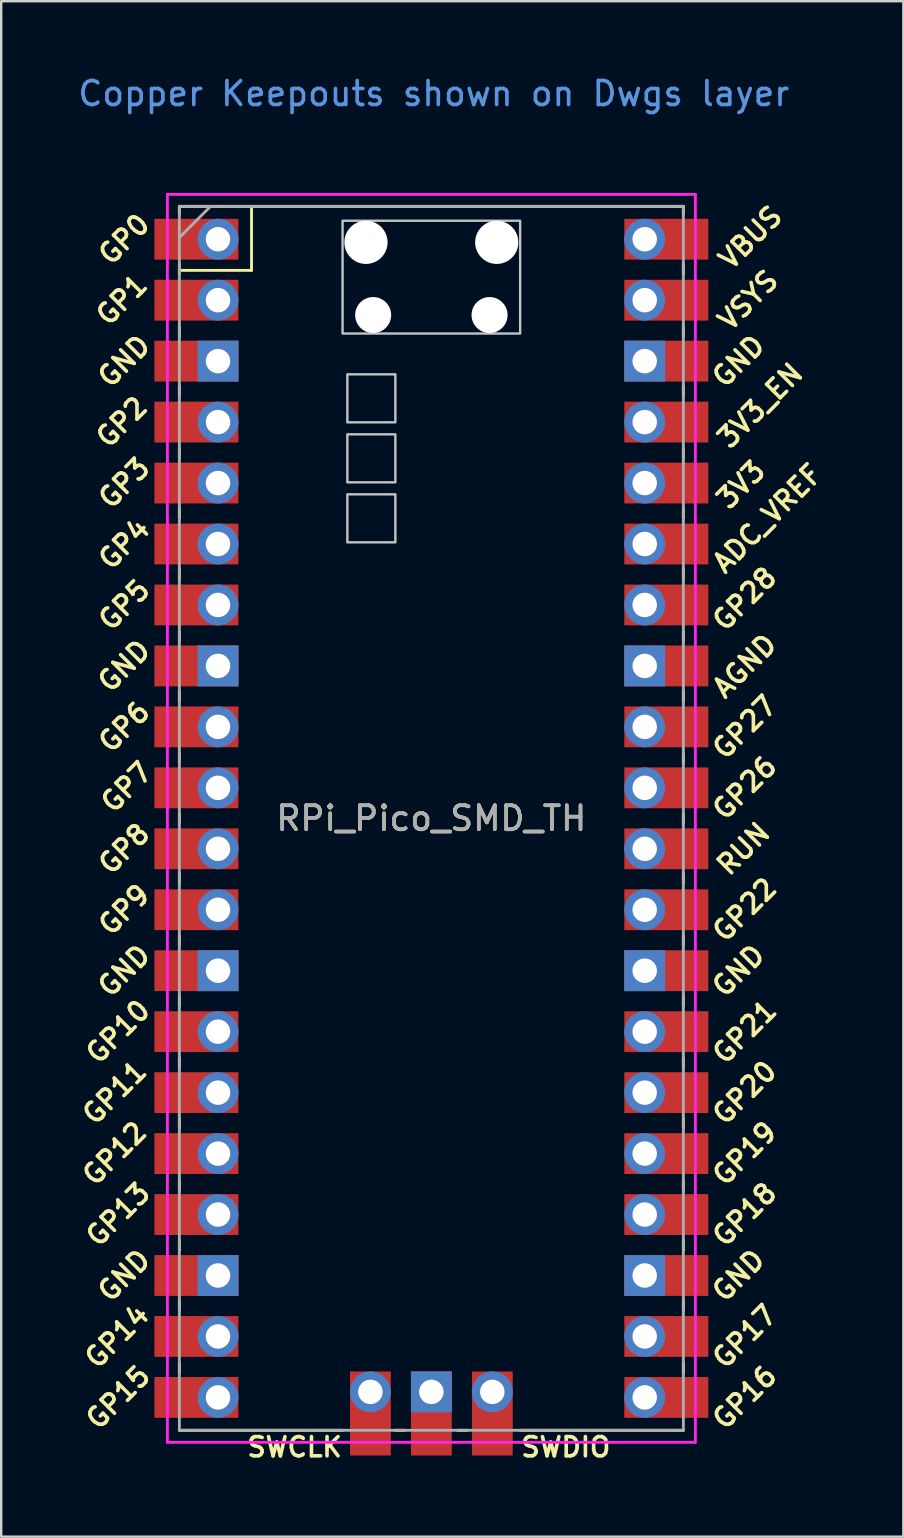
<source format=kicad_pcb>
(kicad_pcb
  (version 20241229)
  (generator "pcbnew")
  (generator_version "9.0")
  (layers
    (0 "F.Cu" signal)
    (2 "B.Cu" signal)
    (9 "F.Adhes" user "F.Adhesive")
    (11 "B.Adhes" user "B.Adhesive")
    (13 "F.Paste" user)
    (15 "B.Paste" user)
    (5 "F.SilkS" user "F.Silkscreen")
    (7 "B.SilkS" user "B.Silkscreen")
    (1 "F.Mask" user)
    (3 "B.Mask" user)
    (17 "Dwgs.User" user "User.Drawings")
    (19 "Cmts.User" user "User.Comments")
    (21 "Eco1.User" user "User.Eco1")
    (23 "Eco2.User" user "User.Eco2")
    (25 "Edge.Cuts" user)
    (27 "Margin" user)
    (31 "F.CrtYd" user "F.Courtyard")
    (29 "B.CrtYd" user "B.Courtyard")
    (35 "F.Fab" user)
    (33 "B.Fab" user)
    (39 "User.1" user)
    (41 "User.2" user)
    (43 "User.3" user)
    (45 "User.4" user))
  (footprint "RPi_Pico_SMD_TH"
    (layer "F.Cu")
    (at 14.924 31.048)
    (property "Reference" "RPi_Pico_SMD_TH" (at 0 0 0) (layer "F.SilkS") (effects (font (size 1 1) (thickness 0.15))))
    (attr through_hole)
    (fp_line (start -10.5 -25.5) (end -10.5 -25.2) (stroke (width 0.12) (type solid)) (layer "F.SilkS"))
    (fp_line (start -10.5 -25.5) (end 10.5 -25.5) (stroke (width 0.12) (type solid)) (layer "F.SilkS"))
    (fp_line (start -10.5 -23.1) (end -10.5 -22.7) (stroke (width 0.12) (type solid)) (layer "F.SilkS"))
    (fp_line (start -10.5 -22.833) (end -7.493 -22.833) (stroke (width 0.12) (type solid)) (layer "F.SilkS"))
    (fp_line (start -10.5 -20.5) (end -10.5 -20.1) (stroke (width 0.12) (type solid)) (layer "F.SilkS"))
    (fp_line (start -10.5 -18) (end -10.5 -17.6) (stroke (width 0.12) (type solid)) (layer "F.SilkS"))
    (fp_line (start -10.5 -15.4) (end -10.5 -15) (stroke (width 0.12) (type solid)) (layer "F.SilkS"))
    (fp_line (start -10.5 -12.9) (end -10.5 -12.5) (stroke (width 0.12) (type solid)) (layer "F.SilkS"))
    (fp_line (start -10.5 -10.4) (end -10.5 -10) (stroke (width 0.12) (type solid)) (layer "F.SilkS"))
    (fp_line (start -10.5 -7.8) (end -10.5 -7.4) (stroke (width 0.12) (type solid)) (layer "F.SilkS"))
    (fp_line (start -10.5 -5.3) (end -10.5 -4.9) (stroke (width 0.12) (type solid)) (layer "F.SilkS"))
    (fp_line (start -10.5 -2.7) (end -10.5 -2.3) (stroke (width 0.12) (type solid)) (layer "F.SilkS"))
    (fp_line (start -10.5 -0.2) (end -10.5 0.2) (stroke (width 0.12) (type solid)) (layer "F.SilkS"))
    (fp_line (start -10.5 2.3) (end -10.5 2.7) (stroke (width 0.12) (type solid)) (layer "F.SilkS"))
    (fp_line (start -10.5 4.9) (end -10.5 5.3) (stroke (width 0.12) (type solid)) (layer "F.SilkS"))
    (fp_line (start -10.5 7.4) (end -10.5 7.8) (stroke (width 0.12) (type solid)) (layer "F.SilkS"))
    (fp_line (start -10.5 10) (end -10.5 10.4) (stroke (width 0.12) (type solid)) (layer "F.SilkS"))
    (fp_line (start -10.5 12.5) (end -10.5 12.9) (stroke (width 0.12) (type solid)) (layer "F.SilkS"))
    (fp_line (start -10.5 15.1) (end -10.5 15.5) (stroke (width 0.12) (type solid)) (layer "F.SilkS"))
    (fp_line (start -10.5 17.6) (end -10.5 18) (stroke (width 0.12) (type solid)) (layer "F.SilkS"))
    (fp_line (start -10.5 20.1) (end -10.5 20.5) (stroke (width 0.12) (type solid)) (layer "F.SilkS"))
    (fp_line (start -10.5 22.7) (end -10.5 23.1) (stroke (width 0.12) (type solid)) (layer "F.SilkS"))
    (fp_line (start -7.493 -22.833) (end -7.493 -25.5) (stroke (width 0.12) (type solid)) (layer "F.SilkS"))
    (fp_line (start -3.7 25.5) (end -10.5 25.5) (stroke (width 0.12) (type solid)) (layer "F.SilkS"))
    (fp_line (start -1.5 25.5) (end -1.1 25.5) (stroke (width 0.12) (type solid)) (layer "F.SilkS"))
    (fp_line (start 1.1 25.5) (end 1.5 25.5) (stroke (width 0.12) (type solid)) (layer "F.SilkS"))
    (fp_line (start 10.5 -25.5) (end 10.5 -25.2) (stroke (width 0.12) (type solid)) (layer "F.SilkS"))
    (fp_line (start 10.5 -23.1) (end 10.5 -22.7) (stroke (width 0.12) (type solid)) (layer "F.SilkS"))
    (fp_line (start 10.5 -20.5) (end 10.5 -20.1) (stroke (width 0.12) (type solid)) (layer "F.SilkS"))
    (fp_line (start 10.5 -18) (end 10.5 -17.6) (stroke (width 0.12) (type solid)) (layer "F.SilkS"))
    (fp_line (start 10.5 -15.4) (end 10.5 -15) (stroke (width 0.12) (type solid)) (layer "F.SilkS"))
    (fp_line (start 10.5 -12.9) (end 10.5 -12.5) (stroke (width 0.12) (type solid)) (layer "F.SilkS"))
    (fp_line (start 10.5 -10.4) (end 10.5 -10) (stroke (width 0.12) (type solid)) (layer "F.SilkS"))
    (fp_line (start 10.5 -7.8) (end 10.5 -7.4) (stroke (width 0.12) (type solid)) (layer "F.SilkS"))
    (fp_line (start 10.5 -5.3) (end 10.5 -4.9) (stroke (width 0.12) (type solid)) (layer "F.SilkS"))
    (fp_line (start 10.5 -2.7) (end 10.5 -2.3) (stroke (width 0.12) (type solid)) (layer "F.SilkS"))
    (fp_line (start 10.5 -0.2) (end 10.5 0.2) (stroke (width 0.12) (type solid)) (layer "F.SilkS"))
    (fp_line (start 10.5 2.3) (end 10.5 2.7) (stroke (width 0.12) (type solid)) (layer "F.SilkS"))
    (fp_line (start 10.5 4.9) (end 10.5 5.3) (stroke (width 0.12) (type solid)) (layer "F.SilkS"))
    (fp_line (start 10.5 7.4) (end 10.5 7.8) (stroke (width 0.12) (type solid)) (layer "F.SilkS"))
    (fp_line (start 10.5 10) (end 10.5 10.4) (stroke (width 0.12) (type solid)) (layer "F.SilkS"))
    (fp_line (start 10.5 12.5) (end 10.5 12.9) (stroke (width 0.12) (type solid)) (layer "F.SilkS"))
    (fp_line (start 10.5 15.1) (end 10.5 15.5) (stroke (width 0.12) (type solid)) (layer "F.SilkS"))
    (fp_line (start 10.5 17.6) (end 10.5 18) (stroke (width 0.12) (type solid)) (layer "F.SilkS"))
    (fp_line (start 10.5 20.1) (end 10.5 20.5) (stroke (width 0.12) (type solid)) (layer "F.SilkS"))
    (fp_line (start 10.5 22.7) (end 10.5 23.1) (stroke (width 0.12) (type solid)) (layer "F.SilkS"))
    (fp_line (start 10.5 25.5) (end 3.7 25.5) (stroke (width 0.12) (type solid)) (layer "F.SilkS"))
    (fp_poly (pts (xy -1.5 -16.5) (xy -3.5 -16.5) (xy -3.5 -18.5) (xy -1.5 -18.5)) (stroke (width 0.1) (type solid)) (fill no) (layer "Dwgs.User"))
    (fp_poly (pts (xy -1.5 -14) (xy -3.5 -14) (xy -3.5 -16) (xy -1.5 -16)) (stroke (width 0.1) (type solid)) (fill no) (layer "Dwgs.User"))
    (fp_poly (pts (xy -1.5 -11.5) (xy -3.5 -11.5) (xy -3.5 -13.5) (xy -1.5 -13.5)) (stroke (width 0.1) (type solid)) (fill no) (layer "Dwgs.User"))
    (fp_poly (pts (xy 3.7 -20.2) (xy -3.7 -20.2) (xy -3.7 -24.9) (xy 3.7 -24.9)) (stroke (width 0.1) (type solid)) (fill no) (layer "Dwgs.User"))
    (fp_line (start -11 -26) (end 11 -26) (stroke (width 0.12) (type solid)) (layer "F.CrtYd"))
    (fp_line (start -11 26) (end -11 -26) (stroke (width 0.12) (type solid)) (layer "F.CrtYd"))
    (fp_line (start 11 -26) (end 11 26) (stroke (width 0.12) (type solid)) (layer "F.CrtYd"))
    (fp_line (start 11 26) (end -11 26) (stroke (width 0.12) (type solid)) (layer "F.CrtYd"))
    (fp_line (start -10.5 -25.5) (end 10.5 -25.5) (stroke (width 0.12) (type solid)) (layer "F.Fab"))
    (fp_line (start -10.5 -24.2) (end -9.2 -25.5) (stroke (width 0.12) (type solid)) (layer "F.Fab"))
    (fp_line (start -10.5 25.5) (end -10.5 -25.5) (stroke (width 0.12) (type solid)) (layer "F.Fab"))
    (fp_line (start 10.5 -25.5) (end 10.5 25.5) (stroke (width 0.12) (type solid)) (layer "F.Fab"))
    (fp_line (start 10.5 25.5) (end -10.5 25.5) (stroke (width 0.12) (type solid)) (layer "F.Fab"))
    (fp_text user "ADC_VREF" (at 14 -12.5 45) (layer "F.SilkS") (effects (font (size 0.8 0.8) (thickness 0.15))))
    (fp_text user "GP15" (at -13.054 24.13 45) (layer "F.SilkS") (effects (font (size 0.8 0.8) (thickness 0.15))))
    (fp_text user "GP21" (at 13.054 8.9 45) (layer "F.SilkS") (effects (font (size 0.8 0.8) (thickness 0.15))))
    (fp_text user "GP16" (at 13.054 24.13 45) (layer "F.SilkS") (effects (font (size 0.8 0.8) (thickness 0.15))))
    (fp_text user "GP11" (at -13.2 11.43 45) (layer "F.SilkS") (effects (font (size 0.8 0.8) (thickness 0.15))))
    (fp_text user "GND" (at -12.8 -19.05 45) (layer "F.SilkS") (effects (font (size 0.8 0.8) (thickness 0.15))))
    (fp_text user "GND" (at 12.8 6.35 45) (layer "F.SilkS") (effects (font (size 0.8 0.8) (thickness 0.15))))
    (fp_text user "GND" (at -12.8 -6.35 45) (layer "F.SilkS") (effects (font (size 0.8 0.8) (thickness 0.15))))
    (fp_text user "RUN" (at 13 1.27 45) (layer "F.SilkS") (effects (font (size 0.8 0.8) (thickness 0.15))))
    (fp_text user "GP22" (at 13.054 3.81 45) (layer "F.SilkS") (effects (font (size 0.8 0.8) (thickness 0.15))))
    (fp_text user "SWDIO" (at 5.6 26.2 0) (layer "F.SilkS") (effects (font (size 0.8 0.8) (thickness 0.15))))
    (fp_text user "VBUS" (at 13.3 -24.2 45) (layer "F.SilkS") (effects (font (size 0.8 0.8) (thickness 0.15))))
    (fp_text user "GP28" (at 13.054 -9.144 45) (layer "F.SilkS") (effects (font (size 0.8 0.8) (thickness 0.15))))
    (fp_text user "GND" (at -12.8 6.35 45) (layer "F.SilkS") (effects (font (size 0.8 0.8) (thickness 0.15))))
    (fp_text user "GP7" (at -12.7 -1.3 45) (layer "F.SilkS") (effects (font (size 0.8 0.8) (thickness 0.15))))
    (fp_text user "GP3" (at -12.8 -13.97 45) (layer "F.SilkS") (effects (font (size 0.8 0.8) (thickness 0.15))))
    (fp_text user "GP8" (at -12.8 1.27 45) (layer "F.SilkS") (effects (font (size 0.8 0.8) (thickness 0.15))))
    (fp_text user "GP19" (at 13.054 13.97 45) (layer "F.SilkS") (effects (font (size 0.8 0.8) (thickness 0.15))))
    (fp_text user "GP20" (at 13.054 11.43 45) (layer "F.SilkS") (effects (font (size 0.8 0.8) (thickness 0.15))))
    (fp_text user "GND" (at -12.8 19.05 45) (layer "F.SilkS") (effects (font (size 0.8 0.8) (thickness 0.15))))
    (fp_text user "GP18" (at 13.054 16.51 45) (layer "F.SilkS") (effects (font (size 0.8 0.8) (thickness 0.15))))
    (fp_text user "GP9" (at -12.8 3.81 45) (layer "F.SilkS") (effects (font (size 0.8 0.8) (thickness 0.15))))
    (fp_text user "GP27" (at 13.054 -3.8 45) (layer "F.SilkS") (effects (font (size 0.8 0.8) (thickness 0.15))))
    (fp_text user "GP4" (at -12.8 -11.43 45) (layer "F.SilkS") (effects (font (size 0.8 0.8) (thickness 0.15))))
    (fp_text user "3V3" (at 12.9 -13.9 45) (layer "F.SilkS") (effects (font (size 0.8 0.8) (thickness 0.15))))
    (fp_text user "GP1" (at -12.9 -21.6 45) (layer "F.SilkS") (effects (font (size 0.8 0.8) (thickness 0.15))))
    (fp_text user "GP2" (at -12.9 -16.51 45) (layer "F.SilkS") (effects (font (size 0.8 0.8) (thickness 0.15))))
    (fp_text user "GP26" (at 13.054 -1.27 45) (layer "F.SilkS") (effects (font (size 0.8 0.8) (thickness 0.15))))
    (fp_text user "GP17" (at 13.054 21.59 45) (layer "F.SilkS") (effects (font (size 0.8 0.8) (thickness 0.15))))
    (fp_text user "GP12" (at -13.2 13.97 45) (layer "F.SilkS") (effects (font (size 0.8 0.8) (thickness 0.15))))
    (fp_text user "GP10" (at -13.054 8.89 45) (layer "F.SilkS") (effects (font (size 0.8 0.8) (thickness 0.15))))
    (fp_text user "GP14" (at -13.1 21.59 45) (layer "F.SilkS") (effects (font (size 0.8 0.8) (thickness 0.15))))
    (fp_text user "GP0" (at -12.8 -24.13 45) (layer "F.SilkS") (effects (font (size 0.8 0.8) (thickness 0.15))))
    (fp_text user "GP5" (at -12.8 -8.89 45) (layer "F.SilkS") (effects (font (size 0.8 0.8) (thickness 0.15))))
    (fp_text user "GP13" (at -13.054 16.51 45) (layer "F.SilkS") (effects (font (size 0.8 0.8) (thickness 0.15))))
    (fp_text user "GP6" (at -12.8 -3.81 45) (layer "F.SilkS") (effects (font (size 0.8 0.8) (thickness 0.15))))
    (fp_text user "3V3_EN" (at 13.7 -17.2 45) (layer "F.SilkS") (effects (font (size 0.8 0.8) (thickness 0.15))))
    (fp_text user "AGND" (at 13.054 -6.35 45) (layer "F.SilkS") (effects (font (size 0.8 0.8) (thickness 0.15))))
    (fp_text user "GND" (at 12.8 19.05 45) (layer "F.SilkS") (effects (font (size 0.8 0.8) (thickness 0.15))))
    (fp_text user "SWCLK" (at -5.7 26.2 0) (layer "F.SilkS") (effects (font (size 0.8 0.8) (thickness 0.15))))
    (fp_text user "VSYS" (at 13.2 -21.59 45) (layer "F.SilkS") (effects (font (size 0.8 0.8) (thickness 0.15))))
    (fp_text user "GND" (at 12.8 -19.05 45) (layer "F.SilkS") (effects (font (size 0.8 0.8) (thickness 0.15))))
    (fp_text user "Copper Keepouts shown on Dwgs layer" (at 0.1 -30.2 0) (layer "Cmts.User") (effects (font (size 1 1) (thickness 0.15))))
    (fp_text user "${REFERENCE}" (at 0 0 180) (layer "F.Fab") (effects (font (size 1 1) (thickness 0.15))))
    (pad "" np_thru_hole oval (at -2.725 -24) (size 1.8 1.8) (drill 1.8) (layers "*.Cu" "*.Mask"))
    (pad "" np_thru_hole oval (at -2.425 -20.97) (size 1.5 1.5) (drill 1.5) (layers "*.Cu" "*.Mask"))
    (pad "" np_thru_hole oval (at 2.425 -20.97) (size 1.5 1.5) (drill 1.5) (layers "*.Cu" "*.Mask"))
    (pad "" np_thru_hole oval (at 2.725 -24) (size 1.8 1.8) (drill 1.8) (layers "*.Cu" "*.Mask"))
    (pad "1" thru_hole oval (at -8.89 -24.13) (size 1.7 1.7) (drill 1.02) (layers "*.Cu" "*.Mask"))
    (pad "1" smd rect (at -8.89 -24.13) (size 3.5 1.7) (drill (offset -0.9 0)) (layers "F.Cu" "F.Mask"))
    (pad "2" thru_hole oval (at -8.89 -21.59) (size 1.7 1.7) (drill 1.02) (layers "*.Cu" "*.Mask"))
    (pad "2" smd rect (at -8.89 -21.59) (size 3.5 1.7) (drill (offset -0.9 0)) (layers "F.Cu" "F.Mask"))
    (pad "3" thru_hole rect (at -8.89 -19.05) (size 1.7 1.7) (drill 1.02) (layers "*.Cu" "*.Mask"))
    (pad "3" smd rect (at -8.89 -19.05) (size 3.5 1.7) (drill (offset -0.9 0)) (layers "F.Cu" "F.Mask"))
    (pad "4" thru_hole oval (at -8.89 -16.51) (size 1.7 1.7) (drill 1.02) (layers "*.Cu" "*.Mask"))
    (pad "4" smd rect (at -8.89 -16.51) (size 3.5 1.7) (drill (offset -0.9 0)) (layers "F.Cu" "F.Mask"))
    (pad "5" thru_hole oval (at -8.89 -13.97) (size 1.7 1.7) (drill 1.02) (layers "*.Cu" "*.Mask"))
    (pad "5" smd rect (at -8.89 -13.97) (size 3.5 1.7) (drill (offset -0.9 0)) (layers "F.Cu" "F.Mask"))
    (pad "6" thru_hole oval (at -8.89 -11.43) (size 1.7 1.7) (drill 1.02) (layers "*.Cu" "*.Mask"))
    (pad "6" smd rect (at -8.89 -11.43) (size 3.5 1.7) (drill (offset -0.9 0)) (layers "F.Cu" "F.Mask"))
    (pad "7" thru_hole oval (at -8.89 -8.89) (size 1.7 1.7) (drill 1.02) (layers "*.Cu" "*.Mask"))
    (pad "7" smd rect (at -8.89 -8.89) (size 3.5 1.7) (drill (offset -0.9 0)) (layers "F.Cu" "F.Mask"))
    (pad "8" thru_hole rect (at -8.89 -6.35) (size 1.7 1.7) (drill 1.02) (layers "*.Cu" "*.Mask"))
    (pad "8" smd rect (at -8.89 -6.35) (size 3.5 1.7) (drill (offset -0.9 0)) (layers "F.Cu" "F.Mask"))
    (pad "9" thru_hole oval (at -8.89 -3.81) (size 1.7 1.7) (drill 1.02) (layers "*.Cu" "*.Mask"))
    (pad "9" smd rect (at -8.89 -3.81) (size 3.5 1.7) (drill (offset -0.9 0)) (layers "F.Cu" "F.Mask"))
    (pad "10" thru_hole oval (at -8.89 -1.27) (size 1.7 1.7) (drill 1.02) (layers "*.Cu" "*.Mask"))
    (pad "10" smd rect (at -8.89 -1.27) (size 3.5 1.7) (drill (offset -0.9 0)) (layers "F.Cu" "F.Mask"))
    (pad "11" thru_hole oval (at -8.89 1.27) (size 1.7 1.7) (drill 1.02) (layers "*.Cu" "*.Mask"))
    (pad "11" smd rect (at -8.89 1.27) (size 3.5 1.7) (drill (offset -0.9 0)) (layers "F.Cu" "F.Mask"))
    (pad "12" thru_hole oval (at -8.89 3.81) (size 1.7 1.7) (drill 1.02) (layers "*.Cu" "*.Mask"))
    (pad "12" smd rect (at -8.89 3.81) (size 3.5 1.7) (drill (offset -0.9 0)) (layers "F.Cu" "F.Mask"))
    (pad "13" thru_hole rect (at -8.89 6.35) (size 1.7 1.7) (drill 1.02) (layers "*.Cu" "*.Mask"))
    (pad "13" smd rect (at -8.89 6.35) (size 3.5 1.7) (drill (offset -0.9 0)) (layers "F.Cu" "F.Mask"))
    (pad "14" thru_hole oval (at -8.89 8.89) (size 1.7 1.7) (drill 1.02) (layers "*.Cu" "*.Mask"))
    (pad "14" smd rect (at -8.89 8.89) (size 3.5 1.7) (drill (offset -0.9 0)) (layers "F.Cu" "F.Mask"))
    (pad "15" thru_hole oval (at -8.89 11.43) (size 1.7 1.7) (drill 1.02) (layers "*.Cu" "*.Mask"))
    (pad "15" smd rect (at -8.89 11.43) (size 3.5 1.7) (drill (offset -0.9 0)) (layers "F.Cu" "F.Mask"))
    (pad "16" thru_hole oval (at -8.89 13.97) (size 1.7 1.7) (drill 1.02) (layers "*.Cu" "*.Mask"))
    (pad "16" smd rect (at -8.89 13.97) (size 3.5 1.7) (drill (offset -0.9 0)) (layers "F.Cu" "F.Mask"))
    (pad "17" thru_hole oval (at -8.89 16.51) (size 1.7 1.7) (drill 1.02) (layers "*.Cu" "*.Mask"))
    (pad "17" smd rect (at -8.89 16.51) (size 3.5 1.7) (drill (offset -0.9 0)) (layers "F.Cu" "F.Mask"))
    (pad "18" thru_hole rect (at -8.89 19.05) (size 1.7 1.7) (drill 1.02) (layers "*.Cu" "*.Mask"))
    (pad "18" smd rect (at -8.89 19.05) (size 3.5 1.7) (drill (offset -0.9 0)) (layers "F.Cu" "F.Mask"))
    (pad "19" thru_hole oval (at -8.89 21.59) (size 1.7 1.7) (drill 1.02) (layers "*.Cu" "*.Mask"))
    (pad "19" smd rect (at -8.89 21.59) (size 3.5 1.7) (drill (offset -0.9 0)) (layers "F.Cu" "F.Mask"))
    (pad "20" thru_hole oval (at -8.89 24.13) (size 1.7 1.7) (drill 1.02) (layers "*.Cu" "*.Mask"))
    (pad "20" smd rect (at -8.89 24.13) (size 3.5 1.7) (drill (offset -0.9 0)) (layers "F.Cu" "F.Mask"))
    (pad "21" thru_hole oval (at 8.89 24.13) (size 1.7 1.7) (drill 1.02) (layers "*.Cu" "*.Mask"))
    (pad "21" smd rect (at 8.89 24.13) (size 3.5 1.7) (drill (offset 0.9 0)) (layers "F.Cu" "F.Mask"))
    (pad "22" thru_hole oval (at 8.89 21.59) (size 1.7 1.7) (drill 1.02) (layers "*.Cu" "*.Mask"))
    (pad "22" smd rect (at 8.89 21.59) (size 3.5 1.7) (drill (offset 0.9 0)) (layers "F.Cu" "F.Mask"))
    (pad "23" thru_hole rect (at 8.89 19.05) (size 1.7 1.7) (drill 1.02) (layers "*.Cu" "*.Mask"))
    (pad "23" smd rect (at 8.89 19.05) (size 3.5 1.7) (drill (offset 0.9 0)) (layers "F.Cu" "F.Mask"))
    (pad "24" thru_hole oval (at 8.89 16.51) (size 1.7 1.7) (drill 1.02) (layers "*.Cu" "*.Mask"))
    (pad "24" smd rect (at 8.89 16.51) (size 3.5 1.7) (drill (offset 0.9 0)) (layers "F.Cu" "F.Mask"))
    (pad "25" thru_hole oval (at 8.89 13.97) (size 1.7 1.7) (drill 1.02) (layers "*.Cu" "*.Mask"))
    (pad "25" smd rect (at 8.89 13.97) (size 3.5 1.7) (drill (offset 0.9 0)) (layers "F.Cu" "F.Mask"))
    (pad "26" thru_hole oval (at 8.89 11.43) (size 1.7 1.7) (drill 1.02) (layers "*.Cu" "*.Mask"))
    (pad "26" smd rect (at 8.89 11.43) (size 3.5 1.7) (drill (offset 0.9 0)) (layers "F.Cu" "F.Mask"))
    (pad "27" thru_hole oval (at 8.89 8.89) (size 1.7 1.7) (drill 1.02) (layers "*.Cu" "*.Mask"))
    (pad "27" smd rect (at 8.89 8.89) (size 3.5 1.7) (drill (offset 0.9 0)) (layers "F.Cu" "F.Mask"))
    (pad "28" thru_hole rect (at 8.89 6.35) (size 1.7 1.7) (drill 1.02) (layers "*.Cu" "*.Mask"))
    (pad "28" smd rect (at 8.89 6.35) (size 3.5 1.7) (drill (offset 0.9 0)) (layers "F.Cu" "F.Mask"))
    (pad "29" thru_hole oval (at 8.89 3.81) (size 1.7 1.7) (drill 1.02) (layers "*.Cu" "*.Mask"))
    (pad "29" smd rect (at 8.89 3.81) (size 3.5 1.7) (drill (offset 0.9 0)) (layers "F.Cu" "F.Mask"))
    (pad "30" thru_hole oval (at 8.89 1.27) (size 1.7 1.7) (drill 1.02) (layers "*.Cu" "*.Mask"))
    (pad "30" smd rect (at 8.89 1.27) (size 3.5 1.7) (drill (offset 0.9 0)) (layers "F.Cu" "F.Mask"))
    (pad "31" thru_hole oval (at 8.89 -1.27) (size 1.7 1.7) (drill 1.02) (layers "*.Cu" "*.Mask"))
    (pad "31" smd rect (at 8.89 -1.27) (size 3.5 1.7) (drill (offset 0.9 0)) (layers "F.Cu" "F.Mask"))
    (pad "32" thru_hole oval (at 8.89 -3.81) (size 1.7 1.7) (drill 1.02) (layers "*.Cu" "*.Mask"))
    (pad "32" smd rect (at 8.89 -3.81) (size 3.5 1.7) (drill (offset 0.9 0)) (layers "F.Cu" "F.Mask"))
    (pad "33" thru_hole rect (at 8.89 -6.35) (size 1.7 1.7) (drill 1.02) (layers "*.Cu" "*.Mask"))
    (pad "33" smd rect (at 8.89 -6.35) (size 3.5 1.7) (drill (offset 0.9 0)) (layers "F.Cu" "F.Mask"))
    (pad "34" thru_hole oval (at 8.89 -8.89) (size 1.7 1.7) (drill 1.02) (layers "*.Cu" "*.Mask"))
    (pad "34" smd rect (at 8.89 -8.89) (size 3.5 1.7) (drill (offset 0.9 0)) (layers "F.Cu" "F.Mask"))
    (pad "35" thru_hole oval (at 8.89 -11.43) (size 1.7 1.7) (drill 1.02) (layers "*.Cu" "*.Mask"))
    (pad "35" smd rect (at 8.89 -11.43) (size 3.5 1.7) (drill (offset 0.9 0)) (layers "F.Cu" "F.Mask"))
    (pad "36" thru_hole oval (at 8.89 -13.97) (size 1.7 1.7) (drill 1.02) (layers "*.Cu" "*.Mask"))
    (pad "36" smd rect (at 8.89 -13.97) (size 3.5 1.7) (drill (offset 0.9 0)) (layers "F.Cu" "F.Mask"))
    (pad "37" thru_hole oval (at 8.89 -16.51) (size 1.7 1.7) (drill 1.02) (layers "*.Cu" "*.Mask"))
    (pad "37" smd rect (at 8.89 -16.51) (size 3.5 1.7) (drill (offset 0.9 0)) (layers "F.Cu" "F.Mask"))
    (pad "38" thru_hole rect (at 8.89 -19.05) (size 1.7 1.7) (drill 1.02) (layers "*.Cu" "*.Mask"))
    (pad "38" smd rect (at 8.89 -19.05) (size 3.5 1.7) (drill (offset 0.9 0)) (layers "F.Cu" "F.Mask"))
    (pad "39" thru_hole oval (at 8.89 -21.59) (size 1.7 1.7) (drill 1.02) (layers "*.Cu" "*.Mask"))
    (pad "39" smd rect (at 8.89 -21.59) (size 3.5 1.7) (drill (offset 0.9 0)) (layers "F.Cu" "F.Mask"))
    (pad "40" thru_hole oval (at 8.89 -24.13) (size 1.7 1.7) (drill 1.02) (layers "*.Cu" "*.Mask"))
    (pad "40" smd rect (at 8.89 -24.13) (size 3.5 1.7) (drill (offset 0.9 0)) (layers "F.Cu" "F.Mask"))
    (pad "41" thru_hole oval (at -2.54 23.9) (size 1.7 1.7) (drill 1.02) (layers "*.Cu" "*.Mask"))
    (pad "41" smd rect (at -2.54 23.9 90) (size 3.5 1.7) (drill (offset -0.9 0)) (layers "F.Cu" "F.Mask"))
    (pad "42" thru_hole rect (at 0 23.9) (size 1.7 1.7) (drill 1.02) (layers "*.Cu" "*.Mask"))
    (pad "42" smd rect (at 0 23.9 90) (size 3.5 1.7) (drill (offset -0.9 0)) (layers "F.Cu" "F.Mask"))
    (pad "43" thru_hole oval (at 2.54 23.9) (size 1.7 1.7) (drill 1.02) (layers "*.Cu" "*.Mask"))
    (pad "43" smd rect (at 2.54 23.9 90) (size 3.5 1.7) (drill (offset -0.9 0)) (layers "F.Cu" "F.Mask")))
  (gr_rect
    (start -3 -3)
    (end 34.591 60.98)
    (stroke (width 0.1) (type default))
    (fill no)
    (layer "Edge.Cuts")))
</source>
